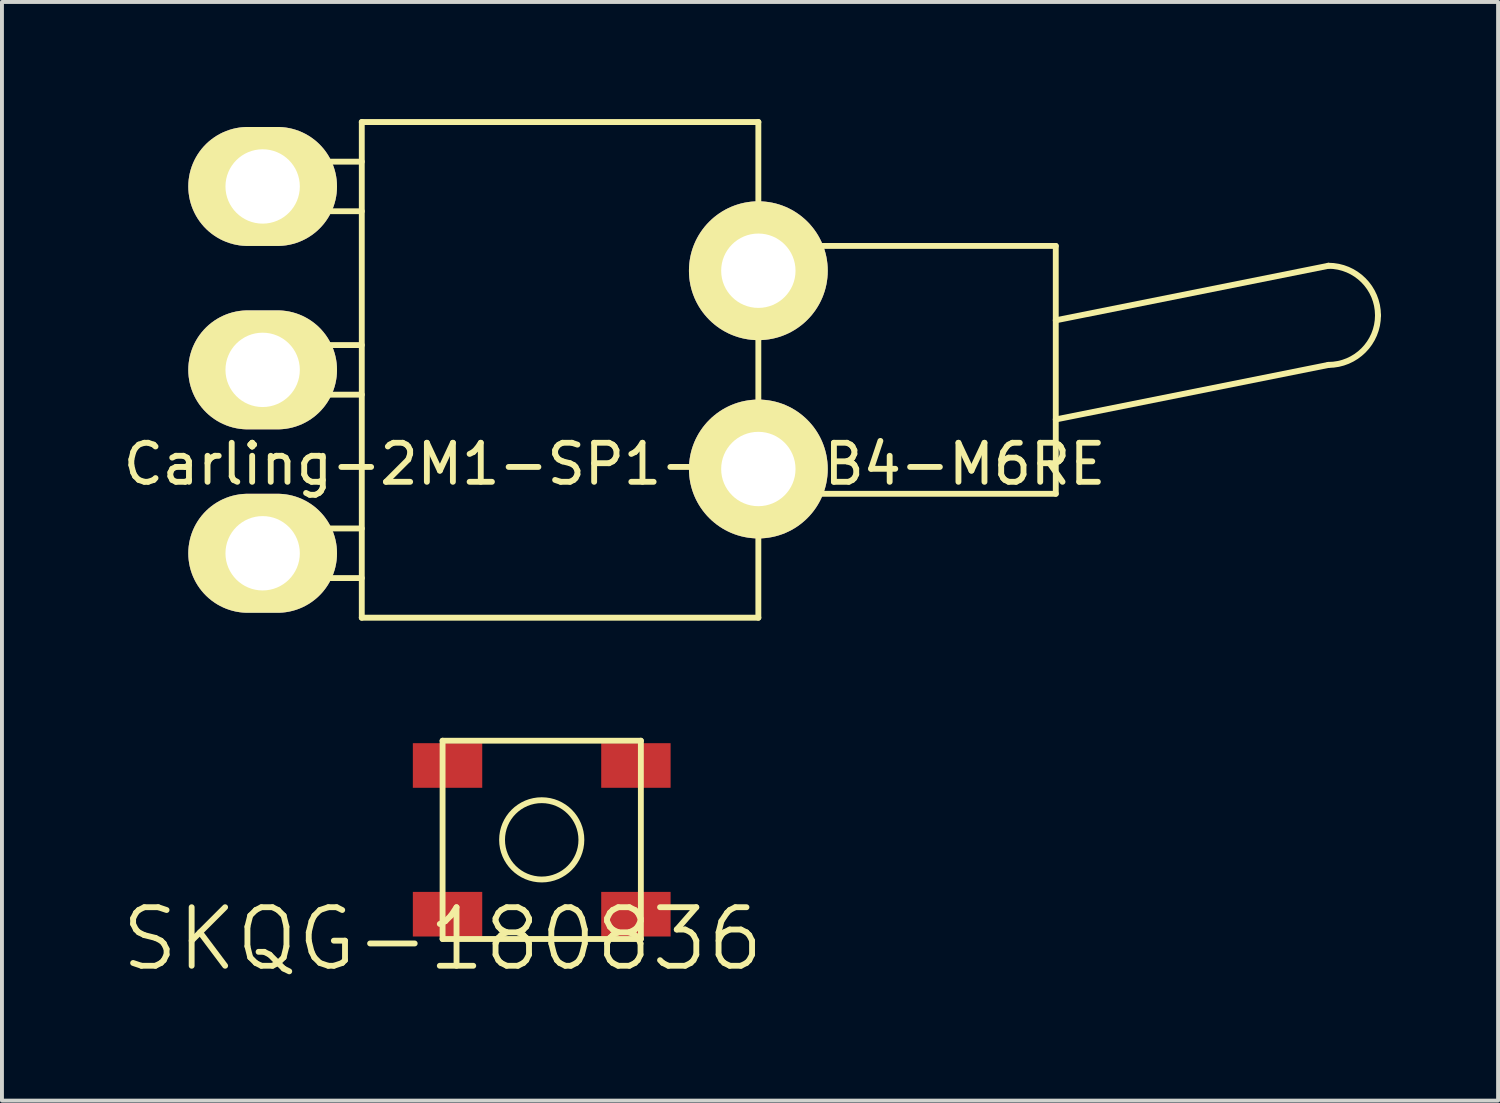
<source format=kicad_pcb>
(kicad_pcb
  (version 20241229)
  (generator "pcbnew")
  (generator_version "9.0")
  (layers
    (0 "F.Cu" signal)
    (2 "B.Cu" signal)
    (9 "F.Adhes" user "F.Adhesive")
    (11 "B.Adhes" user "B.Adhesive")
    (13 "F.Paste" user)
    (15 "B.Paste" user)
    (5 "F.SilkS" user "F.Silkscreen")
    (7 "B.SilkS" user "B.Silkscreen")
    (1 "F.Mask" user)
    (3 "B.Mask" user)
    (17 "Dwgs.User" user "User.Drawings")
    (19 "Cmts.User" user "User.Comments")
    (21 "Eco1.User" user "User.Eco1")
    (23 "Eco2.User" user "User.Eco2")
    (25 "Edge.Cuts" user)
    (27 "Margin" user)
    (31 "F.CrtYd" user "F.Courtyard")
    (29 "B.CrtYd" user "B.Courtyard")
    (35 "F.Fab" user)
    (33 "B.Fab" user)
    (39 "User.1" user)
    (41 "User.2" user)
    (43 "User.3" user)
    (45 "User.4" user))
  (footprint "SKQG-180836"
    (layer "F.Cu")
    (at 8.416 16.562)
    (property "Reference" "SKQG-180836" (at -0.127 4.445 0) (layer "F.SilkS") (effects (font (size 1.5 1.5) (thickness 0.15))))
    (attr through_hole)
    (fp_line (start -0.127 -0.635) (end 4.953 -0.635) (stroke (width 0.15) (type solid)) (layer "F.SilkS"))
    (fp_line (start -0.127 4.445) (end -0.127 -0.635) (stroke (width 0.15) (type solid)) (layer "F.SilkS"))
    (fp_line (start -0.127 4.445) (end 4.953 4.445) (stroke (width 0.15) (type solid)) (layer "F.SilkS"))
    (fp_line (start 4.953 -0.635) (end 4.953 4.445) (stroke (width 0.15) (type solid)) (layer "F.SilkS"))
    (fp_circle (center 2.413 1.905) (end 3.429 1.905) (stroke (width 0.15) (type solid)) (fill no) (layer "F.SilkS"))
    (pad "1" smd rect (at 0 0) (size 1.778 1.143) (layers "F.Cu" "F.Mask" "F.Paste"))
    (pad "1" smd rect (at 4.826 0) (size 1.778 1.143) (layers "F.Cu" "F.Mask" "F.Paste"))
    (pad "2" smd rect (at 0 3.81) (size 1.778 1.143) (layers "F.Cu" "F.Mask" "F.Paste"))
    (pad "2" smd rect (at 4.826 3.81) (size 1.778 1.143) (layers "F.Cu" "F.Mask" "F.Paste")))
  (footprint "Carling-2M1-SP1-T2-B4-M6RE"
    (layer "F.Cu")
    (at 3.679 6.426)
    (property "Reference" "Carling-2M1-SP1-T2-B4-M6RE" (at 9.017 2.413 180) (layer "F.SilkS") (effects (font (size 1 1) (thickness 0.15))))
    (attr through_hole)
    (fp_line (start -1.27 -5.334) (end -1.27 -4.699) (stroke (width 0.15) (type solid)) (layer "F.SilkS"))
    (fp_line (start -1.27 -5.334) (end 2.54 -5.334) (stroke (width 0.15) (type solid)) (layer "F.SilkS"))
    (fp_line (start -1.27 -4.699) (end -1.27 -4.064) (stroke (width 0.15) (type solid)) (layer "F.SilkS"))
    (fp_line (start -1.27 -4.064) (end 2.54 -4.064) (stroke (width 0.15) (type solid)) (layer "F.SilkS"))
    (fp_line (start -1.27 -0.635) (end -1.27 0.635) (stroke (width 0.15) (type solid)) (layer "F.SilkS"))
    (fp_line (start -1.27 0.635) (end 2.54 0.635) (stroke (width 0.15) (type solid)) (layer "F.SilkS"))
    (fp_line (start -1.27 4.064) (end -1.27 5.334) (stroke (width 0.15) (type solid)) (layer "F.SilkS"))
    (fp_line (start -1.27 5.334) (end 2.54 5.334) (stroke (width 0.15) (type solid)) (layer "F.SilkS"))
    (fp_line (start 2.54 -6.35) (end 2.54 6.35) (stroke (width 0.15) (type solid)) (layer "F.SilkS"))
    (fp_line (start 2.54 -6.35) (end 12.7 -6.35) (stroke (width 0.152) (type solid)) (layer "F.SilkS"))
    (fp_line (start 2.54 -0.635) (end -1.27 -0.635) (stroke (width 0.15) (type solid)) (layer "F.SilkS"))
    (fp_line (start 2.54 4.064) (end -1.27 4.064) (stroke (width 0.15) (type solid)) (layer "F.SilkS"))
    (fp_line (start 2.54 6.35) (end 12.7 6.35) (stroke (width 0.152) (type solid)) (layer "F.SilkS"))
    (fp_line (start 12.7 -3.175) (end 20.32 -3.175) (stroke (width 0.15) (type solid)) (layer "F.SilkS"))
    (fp_line (start 12.7 6.35) (end 12.7 -6.35) (stroke (width 0.15) (type solid)) (layer "F.SilkS"))
    (fp_line (start 20.32 -3.175) (end 20.32 3.175) (stroke (width 0.15) (type solid)) (layer "F.SilkS"))
    (fp_line (start 20.32 3.175) (end 12.7 3.175) (stroke (width 0.15) (type solid)) (layer "F.SilkS"))
    (fp_line (start 27.305 -2.667) (end 20.32 -1.27) (stroke (width 0.152) (type solid)) (layer "F.SilkS"))
    (fp_line (start 27.305 -0.127) (end 20.32 1.27) (stroke (width 0.152) (type solid)) (layer "F.SilkS"))
    (fp_arc (start 27.305 -2.667) (mid 28.203026 -2.295026) (end 28.575 -1.397) (stroke (width 0.1524) (type solid)) (layer "F.SilkS"))
    (fp_arc (start 28.575 -1.397) (mid 28.203026 -0.498974) (end 27.305 -0.127) (stroke (width 0.1524) (type solid)) (layer "F.SilkS"))
    (pad "1" thru_hole oval (at 0 -4.699) (size 3.81 3.048) (drill 1.905) (layers "*.Cu" "*.Mask" "F.SilkS"))
    (pad "2" thru_hole oval (at 0 0) (size 3.81 3.048) (drill 1.905) (layers "*.Cu" "*.Mask" "F.SilkS"))
    (pad "3" thru_hole oval (at 0 4.699) (size 3.81 3.048) (drill 1.905) (layers "*.Cu" "*.Mask" "F.SilkS"))
    (pad "H1" thru_hole circle (at 12.7 -2.54) (size 3.556 3.556) (drill 1.905) (layers "*.Cu" "*.Mask" "F.SilkS"))
    (pad "H2" thru_hole circle (at 12.7 2.54) (size 3.556 3.556) (drill 1.905) (layers "*.Cu" "*.Mask" "F.SilkS")))
  (gr_rect
    (start -3 -3)
    (end 35.331 25.148)
    (stroke (width 0.1) (type default))
    (fill no)
    (layer "Edge.Cuts")))
</source>
